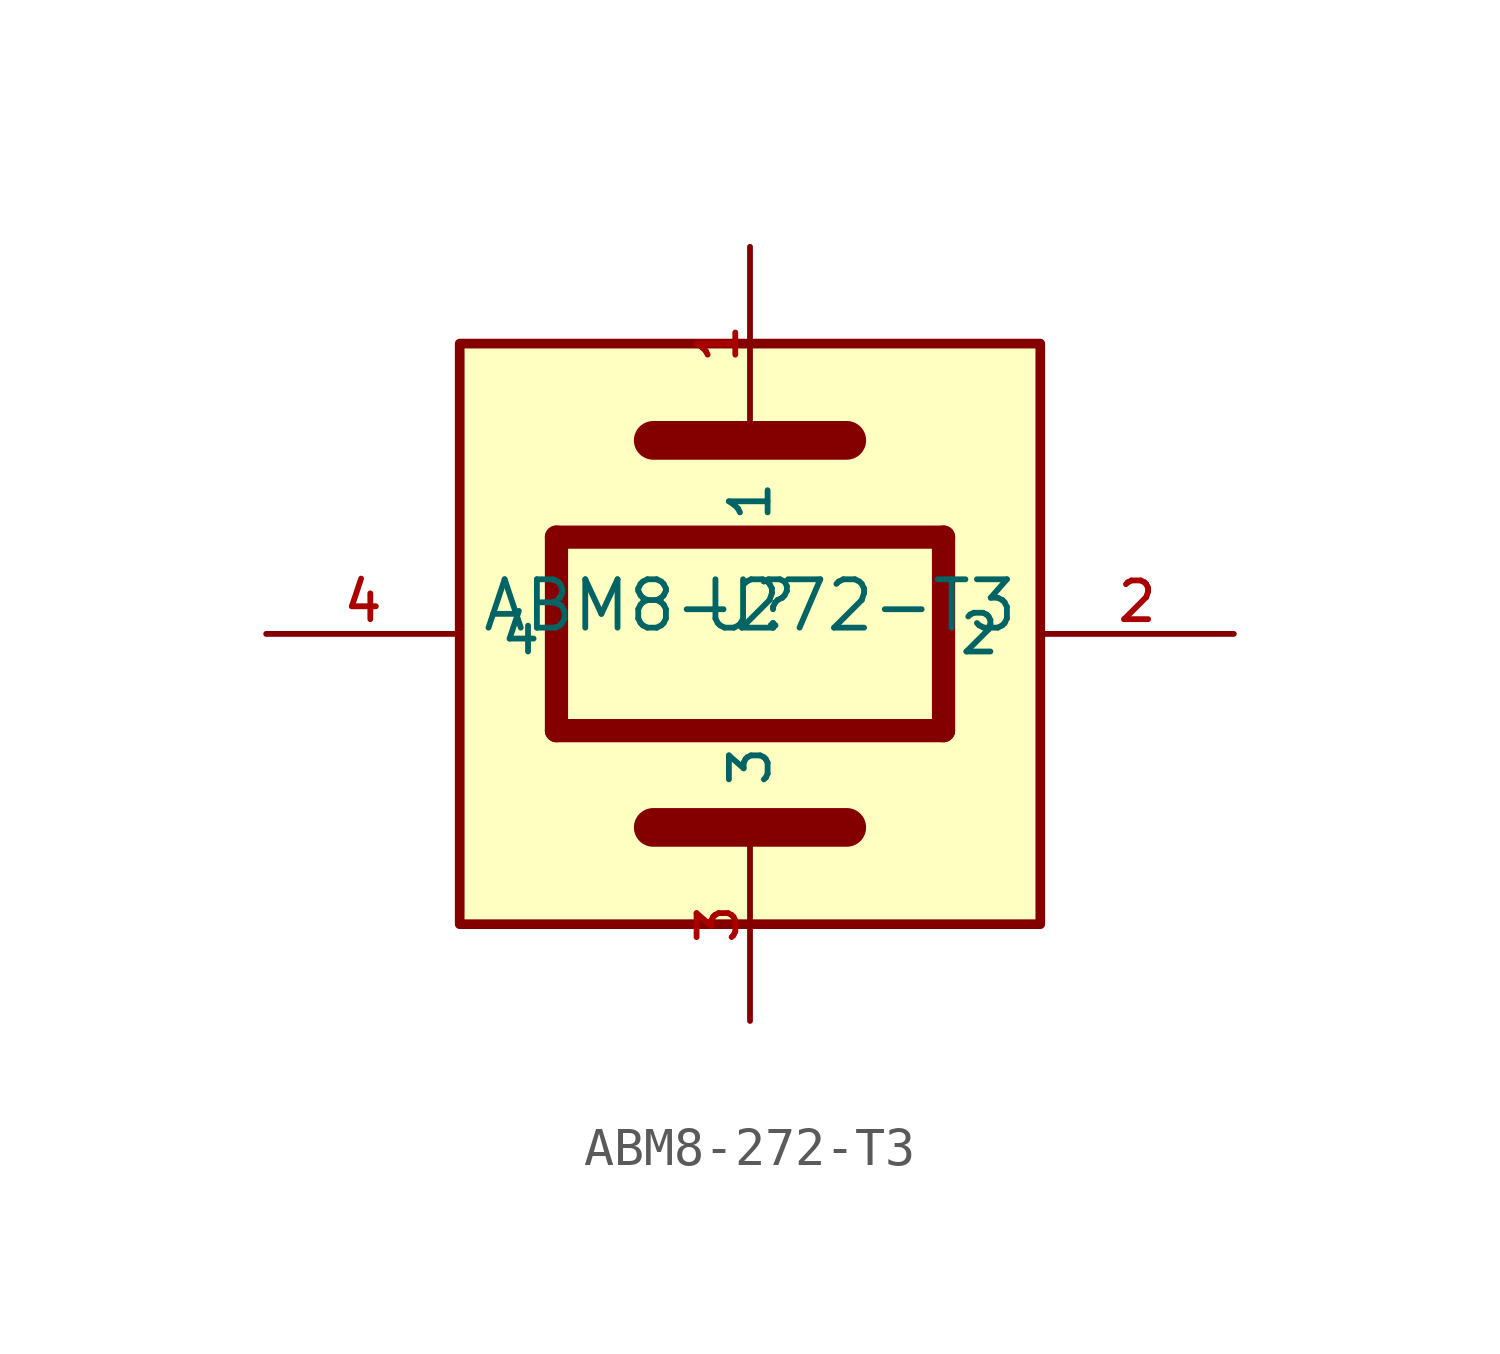
<source format=kicad_sym>
(kicad_symbol_lib
  (version 20211014)
  (generator kicad_symbol_editor)
  (symbol "ABM8-272-T3"
    (pin_names
      (offset 1.016))
    (property "Reference" "U"
      (at 0 0 0)
      (effects (font (size 1.27 1.27)) (justify bottom)))
    (property "Value" "ABM8-272-T3"
      (at 0 0.0 0)
      (effects (font (size 1.27 1.27)) (justify bottom)))
    (symbol "ABM8-272-T3_0_0"
      (polyline (pts (xy -5.08 2.54) (xy -5.08 -2.54)) (stroke (width 0.61)))
      (polyline (pts (xy -5.08 -2.54) (xy 5.08 -2.54)) (stroke (width 0.61)))
      (polyline (pts (xy 5.08 -2.54) (xy 5.08 2.54)) (stroke (width 0.61)))
      (polyline (pts (xy 5.08 2.54) (xy -5.08 2.54)) (stroke (width 0.61)))
      (polyline (pts (xy -2.54 -5.08) (xy 2.54 -5.08)) (stroke (width 1.016)))
      (polyline (pts (xy -2.54 5.08) (xy 2.54 5.08)) (stroke (width 1.016)))
      (rectangle (start -7.62 -7.62) (end 7.62 7.62) (stroke (width 0.254)) (fill (type background)))
      (pin bidirectional line (at -12.7 0.0 0) (length 5.08) (name "4" (effects (font (size 1.016 1.016)))) (number "4" (effects (font (size 1.016 1.016)))))
      (pin bidirectional line (at 0.0 -10.16 90.0) (length 5.08) (name "3" (effects (font (size 1.016 1.016)))) (number "3" (effects (font (size 1.016 1.016)))))
      (pin bidirectional line (at 12.7 0.0 180.0) (length 5.08) (name "2" (effects (font (size 1.016 1.016)))) (number "2" (effects (font (size 1.016 1.016)))))
      (pin bidirectional line (at 0.0 10.16 270.0) (length 5.08) (name "1" (effects (font (size 1.016 1.016)))) (number "1" (effects (font (size 1.016 1.016))))))))
</source>
